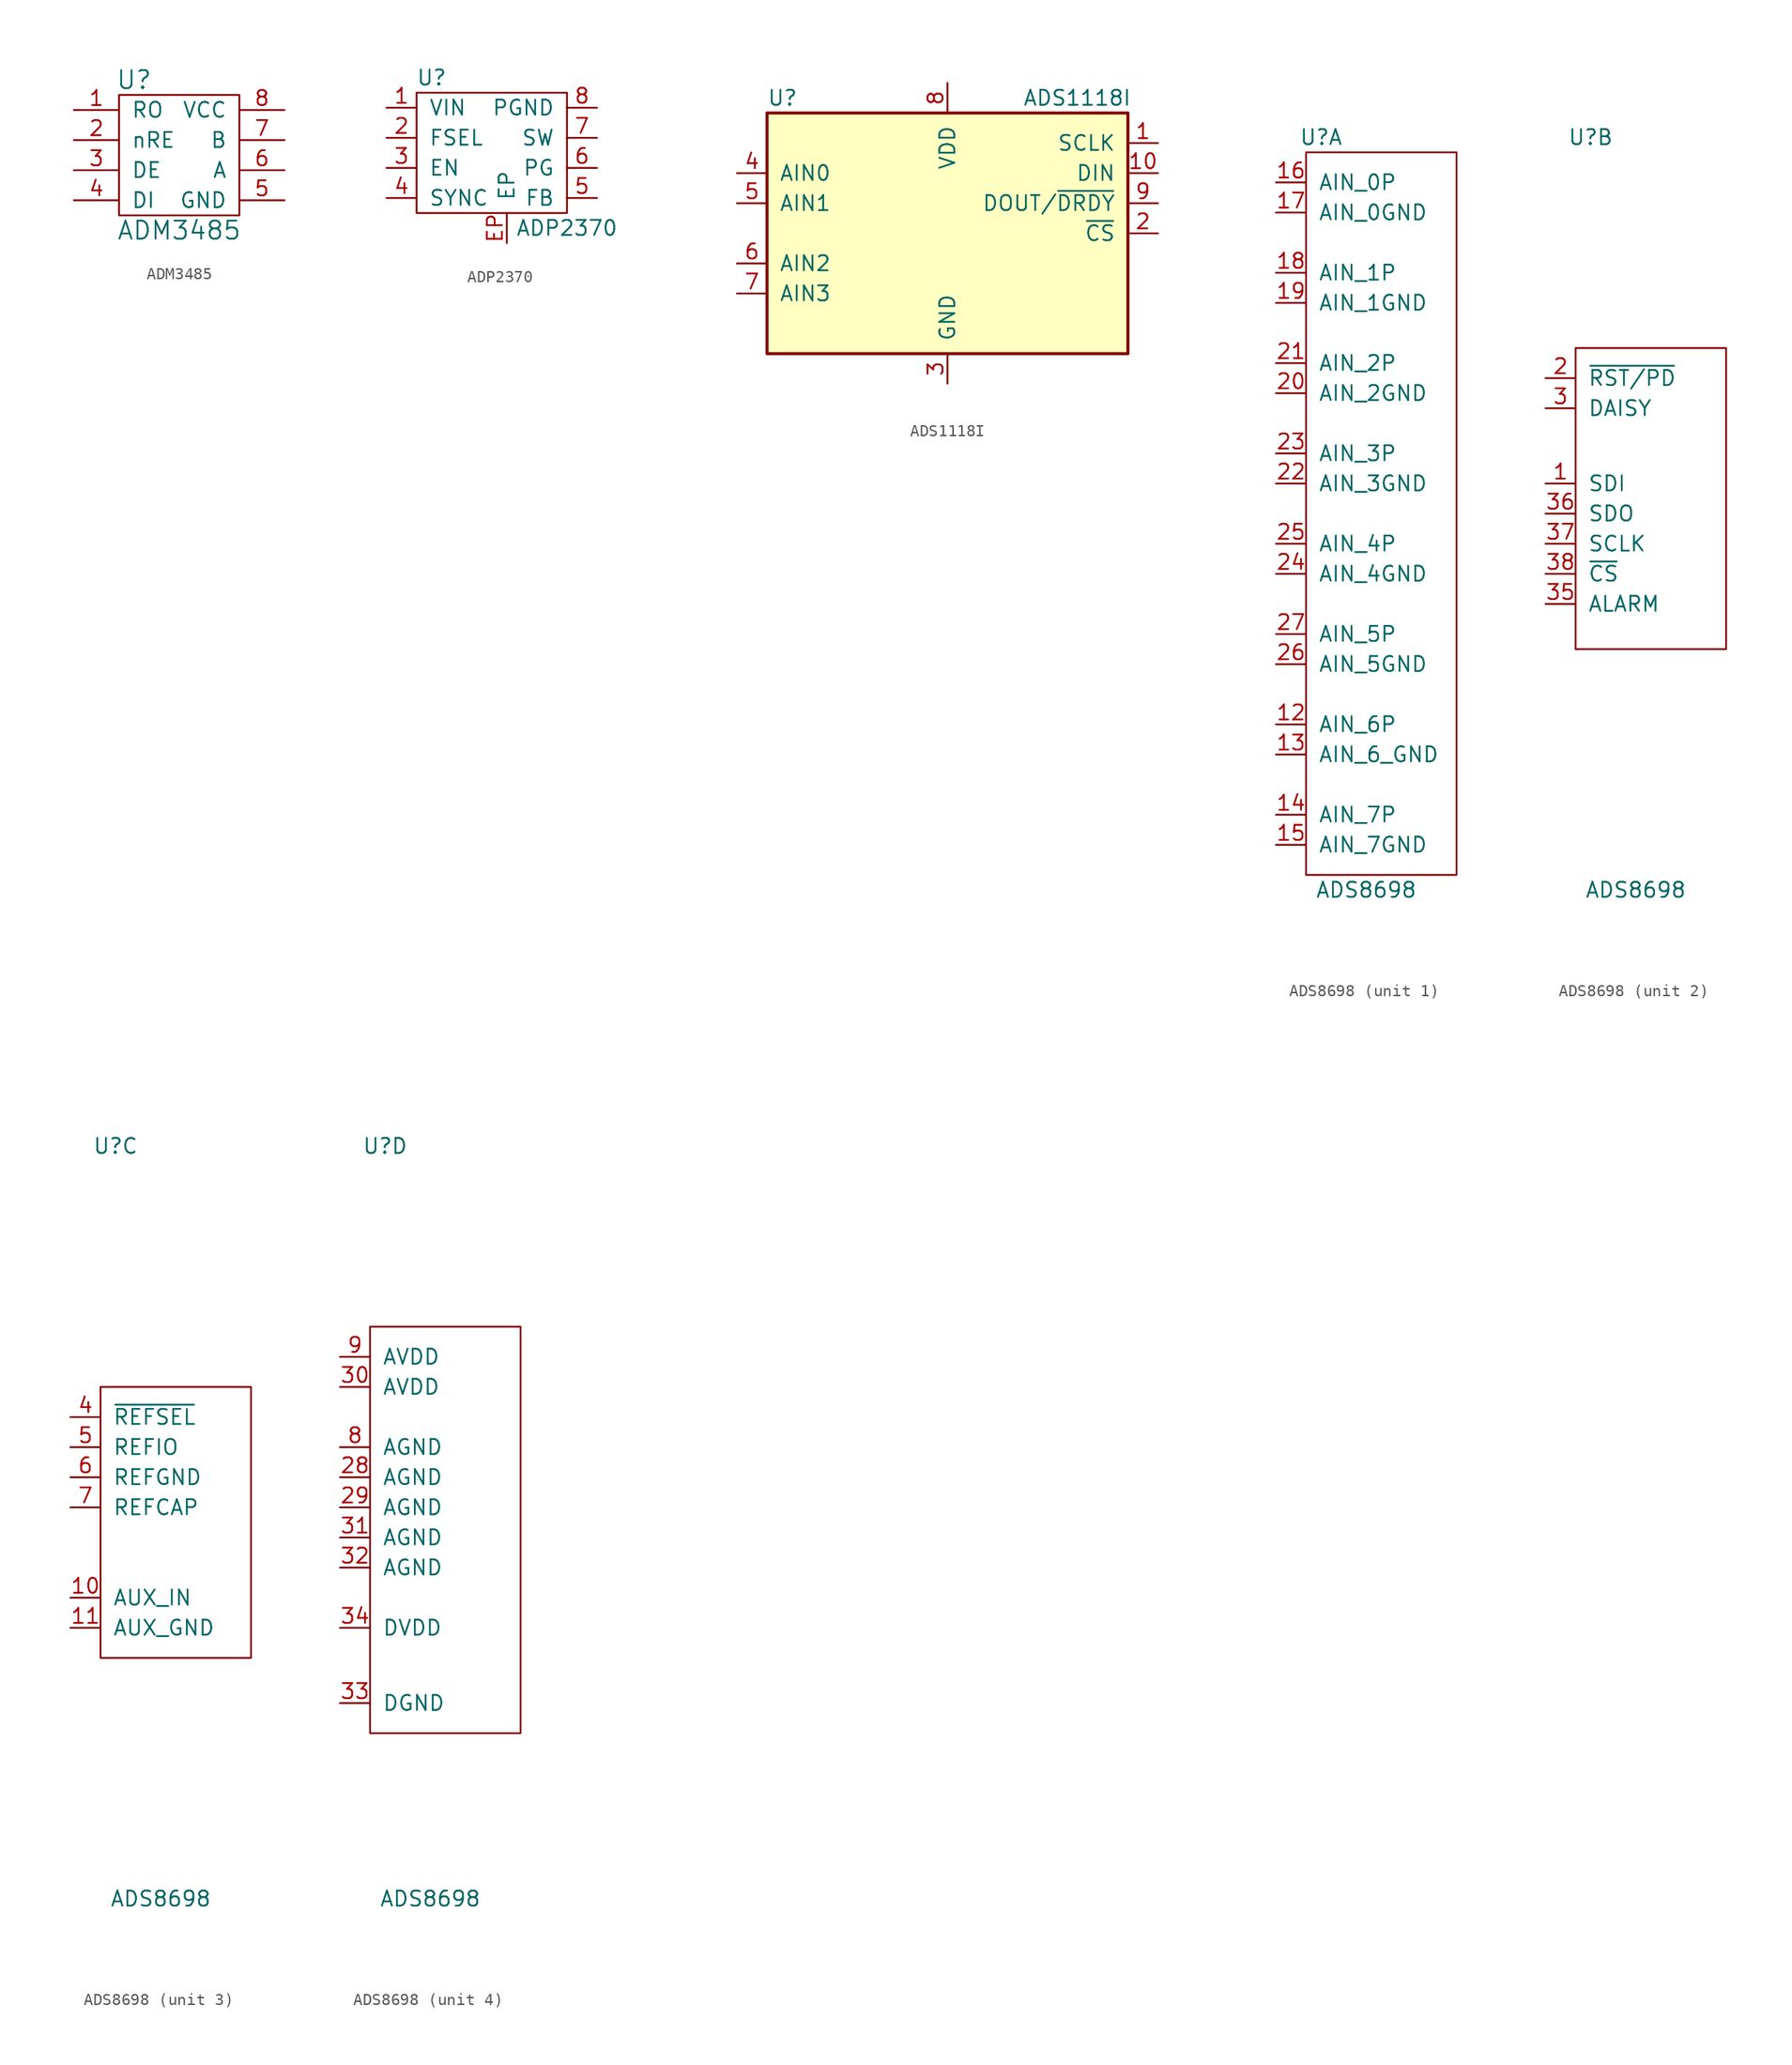
<source format=kicad_sym>
(kicad_symbol_lib
  (version 20211014)
  (generator kicad_symbol_editor)
  (symbol "ADM3485"
    (pin_names
      (offset 1.016))
    (property "Reference" "U"
      (at -3.81 6.35 0)
      (effects (font (size 1.524 1.524))))
    (property "Value" "ADM3485"
      (at 0 -6.35 0)
      (effects (font (size 1.524 1.524))))
    (property "Footprint" ""
      (at 0 0 0)
      (effects (font (size 1.524 1.524))))
    (property "Datasheet" ""
      (at 0 0 0)
      (effects (font (size 1.524 1.524))))
    (symbol "ADM3485_0_1"
      (rectangle (start -5.08 5.08) (end 5.08 -5.08) (stroke (width 0) (type default) (color 0 0 0 0)) (fill (type none))))
    (symbol "ADM3485_1_1"
      (pin passive line (at -8.89 3.81 0) (length 3.81) (name "RO" (effects (font (size 1.27 1.27)))) (number "1" (effects (font (size 1.27 1.27)))))
      (pin passive line (at -8.89 1.27 0) (length 3.81) (name "nRE" (effects (font (size 1.27 1.27)))) (number "2" (effects (font (size 1.27 1.27)))))
      (pin passive line (at -8.89 -1.27 0) (length 3.81) (name "DE" (effects (font (size 1.27 1.27)))) (number "3" (effects (font (size 1.27 1.27)))))
      (pin passive line (at -8.89 -3.81 0) (length 3.81) (name "DI" (effects (font (size 1.27 1.27)))) (number "4" (effects (font (size 1.27 1.27)))))
      (pin passive line (at 8.89 -3.81 180) (length 3.81) (name "GND" (effects (font (size 1.27 1.27)))) (number "5" (effects (font (size 1.27 1.27)))))
      (pin passive line (at 8.89 -1.27 180) (length 3.81) (name "A" (effects (font (size 1.27 1.27)))) (number "6" (effects (font (size 1.27 1.27)))))
      (pin passive line (at 8.89 1.27 180) (length 3.81) (name "B" (effects (font (size 1.27 1.27)))) (number "7" (effects (font (size 1.27 1.27)))))
      (pin passive line (at 8.89 3.81 180) (length 3.81) (name "VCC" (effects (font (size 1.27 1.27)))) (number "8" (effects (font (size 1.27 1.27)))))))
  (symbol "ADP2370"
    (pin_names
      (offset 1.016))
    (property "Reference" "U"
      (at -5.08 6.35 0)
      (effects (font (size 1.27 1.27))))
    (property "Value" "ADP2370"
      (at 6.35 -6.35 0)
      (effects (font (size 1.27 1.27))))
    (symbol "ADP2370_0_1"
      (rectangle (start -6.35 5.08) (end 6.35 -5.08) (stroke (width 0) (type default) (color 0 0 0 0)) (fill (type none))))
    (symbol "ADP2370_1_1"
      (pin passive line (at -8.89 3.81 0) (length 2.54) (name "VIN" (effects (font (size 1.27 1.27)))) (number "1" (effects (font (size 1.27 1.27)))))
      (pin passive line (at -8.89 1.27 0) (length 2.54) (name "FSEL" (effects (font (size 1.27 1.27)))) (number "2" (effects (font (size 1.27 1.27)))))
      (pin passive line (at -8.89 -1.27 0) (length 2.54) (name "EN" (effects (font (size 1.27 1.27)))) (number "3" (effects (font (size 1.27 1.27)))))
      (pin passive line (at -8.89 -3.81 0) (length 2.54) (name "SYNC" (effects (font (size 1.27 1.27)))) (number "4" (effects (font (size 1.27 1.27)))))
      (pin passive line (at 8.89 -3.81 180) (length 2.54) (name "FB" (effects (font (size 1.27 1.27)))) (number "5" (effects (font (size 1.27 1.27)))))
      (pin passive line (at 8.89 -1.27 180) (length 2.54) (name "PG" (effects (font (size 1.27 1.27)))) (number "6" (effects (font (size 1.27 1.27)))))
      (pin passive line (at 8.89 1.27 180) (length 2.54) (name "SW" (effects (font (size 1.27 1.27)))) (number "7" (effects (font (size 1.27 1.27)))))
      (pin passive line (at 8.89 3.81 180) (length 2.54) (name "PGND" (effects (font (size 1.27 1.27)))) (number "8" (effects (font (size 1.27 1.27)))))
      (pin passive line (at 1.27 -7.62 90) (length 2.54) (name "EP" (effects (font (size 1.27 1.27)))) (number "EP" (effects (font (size 1.27 1.27)))))))
  (symbol "ADS1118I"
    (pin_names
      (offset 1.016))
    (property "Reference" "U"
      (at -15.24 11.43 0)
      (effects (font (size 1.27 1.27)) (justify left)))
    (property "Value" "ADS1118I"
      (at 6.35 11.43 0)
      (effects (font (size 1.27 1.27)) (justify left)))
    (symbol "ADS1118I_0_1"
      (rectangle (start 15.24 10.16) (end -15.24 -10.16) (stroke (width 0.254) (type default) (color 0 0 0 0)) (fill (type background))))
    (symbol "ADS1118I_1_1"
      (pin input line (at 17.78 7.62 180) (length 2.54) (name "SCLK" (effects (font (size 1.27 1.27)))) (number "1" (effects (font (size 1.27 1.27)))))
      (pin input line (at 17.78 5.08 180) (length 2.54) (name "DIN" (effects (font (size 1.27 1.27)))) (number "10" (effects (font (size 1.27 1.27)))))
      (pin input line (at 17.78 0 180) (length 2.54) (name "~{CS}" (effects (font (size 1.27 1.27)))) (number "2" (effects (font (size 1.27 1.27)))))
      (pin power_in line (at 0 -12.7 90) (length 2.54) (name "GND" (effects (font (size 1.27 1.27)))) (number "3" (effects (font (size 1.27 1.27)))))
      (pin input line (at -17.78 5.08 0) (length 2.54) (name "AIN0" (effects (font (size 1.27 1.27)))) (number "4" (effects (font (size 1.27 1.27)))))
      (pin input line (at -17.78 2.54 0) (length 2.54) (name "AIN1" (effects (font (size 1.27 1.27)))) (number "5" (effects (font (size 1.27 1.27)))))
      (pin input line (at -17.78 -2.54 0) (length 2.54) (name "AIN2" (effects (font (size 1.27 1.27)))) (number "6" (effects (font (size 1.27 1.27)))))
      (pin input line (at -17.78 -5.08 0) (length 2.54) (name "AIN3" (effects (font (size 1.27 1.27)))) (number "7" (effects (font (size 1.27 1.27)))))
      (pin power_in line (at 0 12.7 270) (length 2.54) (name "VDD" (effects (font (size 1.27 1.27)))) (number "8" (effects (font (size 1.27 1.27)))))
      (pin output line (at 17.78 2.54 180) (length 2.54) (name "DOUT/~{DRDY}" (effects (font (size 1.27 1.27)))) (number "9" (effects (font (size 1.27 1.27)))))))
  (symbol "ADS8698"
    (pin_names
      (offset 1.016))
    (property "Reference" "U"
      (at 1.27 31.75 0)
      (effects (font (size 1.27 1.27))))
    (property "Value" "ADS8698"
      (at 5.08 -31.75 0)
      (effects (font (size 1.27 1.27))))
    (property "ki_locked" ""
      (at 0 0 0)
      (effects (font (size 1.27 1.27))))
    (symbol "ADS8698_1_1"
      (rectangle (start 0 30.48) (end 12.7 -30.48) (stroke (width 0) (type default) (color 0 0 0 0)) (fill (type none)))
      (pin passive line (at -2.54 -17.78 0) (length 2.54) (name "AIN_6P" (effects (font (size 1.27 1.27)))) (number "12" (effects (font (size 1.27 1.27)))))
      (pin passive line (at -2.54 -20.32 0) (length 2.54) (name "AIN_6_GND" (effects (font (size 1.27 1.27)))) (number "13" (effects (font (size 1.27 1.27)))))
      (pin passive line (at -2.54 -25.4 0) (length 2.54) (name "AIN_7P" (effects (font (size 1.27 1.27)))) (number "14" (effects (font (size 1.27 1.27)))))
      (pin passive line (at -2.54 -27.94 0) (length 2.54) (name "AIN_7GND" (effects (font (size 1.27 1.27)))) (number "15" (effects (font (size 1.27 1.27)))))
      (pin passive line (at -2.54 27.94 0) (length 2.54) (name "AIN_0P" (effects (font (size 1.27 1.27)))) (number "16" (effects (font (size 1.27 1.27)))))
      (pin passive line (at -2.54 25.4 0) (length 2.54) (name "AIN_0GND" (effects (font (size 1.27 1.27)))) (number "17" (effects (font (size 1.27 1.27)))))
      (pin passive line (at -2.54 20.32 0) (length 2.54) (name "AIN_1P" (effects (font (size 1.27 1.27)))) (number "18" (effects (font (size 1.27 1.27)))))
      (pin passive line (at -2.54 17.78 0) (length 2.54) (name "AIN_1GND" (effects (font (size 1.27 1.27)))) (number "19" (effects (font (size 1.27 1.27)))))
      (pin passive line (at -2.54 10.16 0) (length 2.54) (name "AIN_2GND" (effects (font (size 1.27 1.27)))) (number "20" (effects (font (size 1.27 1.27)))))
      (pin passive line (at -2.54 12.7 0) (length 2.54) (name "AIN_2P" (effects (font (size 1.27 1.27)))) (number "21" (effects (font (size 1.27 1.27)))))
      (pin passive line (at -2.54 2.54 0) (length 2.54) (name "AIN_3GND" (effects (font (size 1.27 1.27)))) (number "22" (effects (font (size 1.27 1.27)))))
      (pin passive line (at -2.54 5.08 0) (length 2.54) (name "AIN_3P" (effects (font (size 1.27 1.27)))) (number "23" (effects (font (size 1.27 1.27)))))
      (pin passive line (at -2.54 -5.08 0) (length 2.54) (name "AIN_4GND" (effects (font (size 1.27 1.27)))) (number "24" (effects (font (size 1.27 1.27)))))
      (pin passive line (at -2.54 -2.54 0) (length 2.54) (name "AIN_4P" (effects (font (size 1.27 1.27)))) (number "25" (effects (font (size 1.27 1.27)))))
      (pin passive line (at -2.54 -12.7 0) (length 2.54) (name "AIN_5GND" (effects (font (size 1.27 1.27)))) (number "26" (effects (font (size 1.27 1.27)))))
      (pin passive line (at -2.54 -10.16 0) (length 2.54) (name "AIN_5P" (effects (font (size 1.27 1.27)))) (number "27" (effects (font (size 1.27 1.27))))))
    (symbol "ADS8698_2_1"
      (rectangle (start 0 13.97) (end 12.7 -11.43) (stroke (width 0) (type default) (color 0 0 0 0)) (fill (type none)))
      (pin passive line (at -2.54 2.54 0) (length 2.54) (name "SDI" (effects (font (size 1.27 1.27)))) (number "1" (effects (font (size 1.27 1.27)))))
      (pin passive line (at -2.54 11.43 0) (length 2.54) (name "~{RST/PD}" (effects (font (size 1.27 1.27)))) (number "2" (effects (font (size 1.27 1.27)))))
      (pin passive line (at -2.54 8.89 0) (length 2.54) (name "DAISY" (effects (font (size 1.27 1.27)))) (number "3" (effects (font (size 1.27 1.27)))))
      (pin passive line (at -2.54 -7.62 0) (length 2.54) (name "ALARM" (effects (font (size 1.27 1.27)))) (number "35" (effects (font (size 1.27 1.27)))))
      (pin passive line (at -2.54 0 0) (length 2.54) (name "SDO" (effects (font (size 1.27 1.27)))) (number "36" (effects (font (size 1.27 1.27)))))
      (pin passive line (at -2.54 -2.54 0) (length 2.54) (name "SCLK" (effects (font (size 1.27 1.27)))) (number "37" (effects (font (size 1.27 1.27)))))
      (pin passive line (at -2.54 -5.08 0) (length 2.54) (name "~{CS}" (effects (font (size 1.27 1.27)))) (number "38" (effects (font (size 1.27 1.27))))))
    (symbol "ADS8698_3_1"
      (rectangle (start 0 11.43) (end 12.7 -11.43) (stroke (width 0) (type default) (color 0 0 0 0)) (fill (type none)))
      (pin passive line (at -2.54 -6.35 0) (length 2.54) (name "AUX_IN" (effects (font (size 1.27 1.27)))) (number "10" (effects (font (size 1.27 1.27)))))
      (pin passive line (at -2.54 -8.89 0) (length 2.54) (name "AUX_GND" (effects (font (size 1.27 1.27)))) (number "11" (effects (font (size 1.27 1.27)))))
      (pin passive line (at -2.54 8.89 0) (length 2.54) (name "~{REFSEL}" (effects (font (size 1.27 1.27)))) (number "4" (effects (font (size 1.27 1.27)))))
      (pin passive line (at -2.54 6.35 0) (length 2.54) (name "REFIO" (effects (font (size 1.27 1.27)))) (number "5" (effects (font (size 1.27 1.27)))))
      (pin passive line (at -2.54 3.81 0) (length 2.54) (name "REFGND" (effects (font (size 1.27 1.27)))) (number "6" (effects (font (size 1.27 1.27)))))
      (pin passive line (at -2.54 1.27 0) (length 2.54) (name "REFCAP" (effects (font (size 1.27 1.27)))) (number "7" (effects (font (size 1.27 1.27))))))
    (symbol "ADS8698_4_1"
      (rectangle (start 0 16.51) (end 12.7 -17.78) (stroke (width 0) (type default) (color 0 0 0 0)) (fill (type none)))
      (pin passive line (at -2.54 3.81 0) (length 2.54) (name "AGND" (effects (font (size 1.27 1.27)))) (number "28" (effects (font (size 1.27 1.27)))))
      (pin passive line (at -2.54 1.27 0) (length 2.54) (name "AGND" (effects (font (size 1.27 1.27)))) (number "29" (effects (font (size 1.27 1.27)))))
      (pin passive line (at -2.54 11.43 0) (length 2.54) (name "AVDD" (effects (font (size 1.27 1.27)))) (number "30" (effects (font (size 1.27 1.27)))))
      (pin passive line (at -2.54 -1.27 0) (length 2.54) (name "AGND" (effects (font (size 1.27 1.27)))) (number "31" (effects (font (size 1.27 1.27)))))
      (pin passive line (at -2.54 -3.81 0) (length 2.54) (name "AGND" (effects (font (size 1.27 1.27)))) (number "32" (effects (font (size 1.27 1.27)))))
      (pin passive line (at -2.54 -15.24 0) (length 2.54) (name "DGND" (effects (font (size 1.27 1.27)))) (number "33" (effects (font (size 1.27 1.27)))))
      (pin passive line (at -2.54 -8.89 0) (length 2.54) (name "DVDD" (effects (font (size 1.27 1.27)))) (number "34" (effects (font (size 1.27 1.27)))))
      (pin passive line (at -2.54 6.35 0) (length 2.54) (name "AGND" (effects (font (size 1.27 1.27)))) (number "8" (effects (font (size 1.27 1.27)))))
      (pin passive line (at -2.54 13.97 0) (length 2.54) (name "AVDD" (effects (font (size 1.27 1.27)))) (number "9" (effects (font (size 1.27 1.27))))))))
</source>
